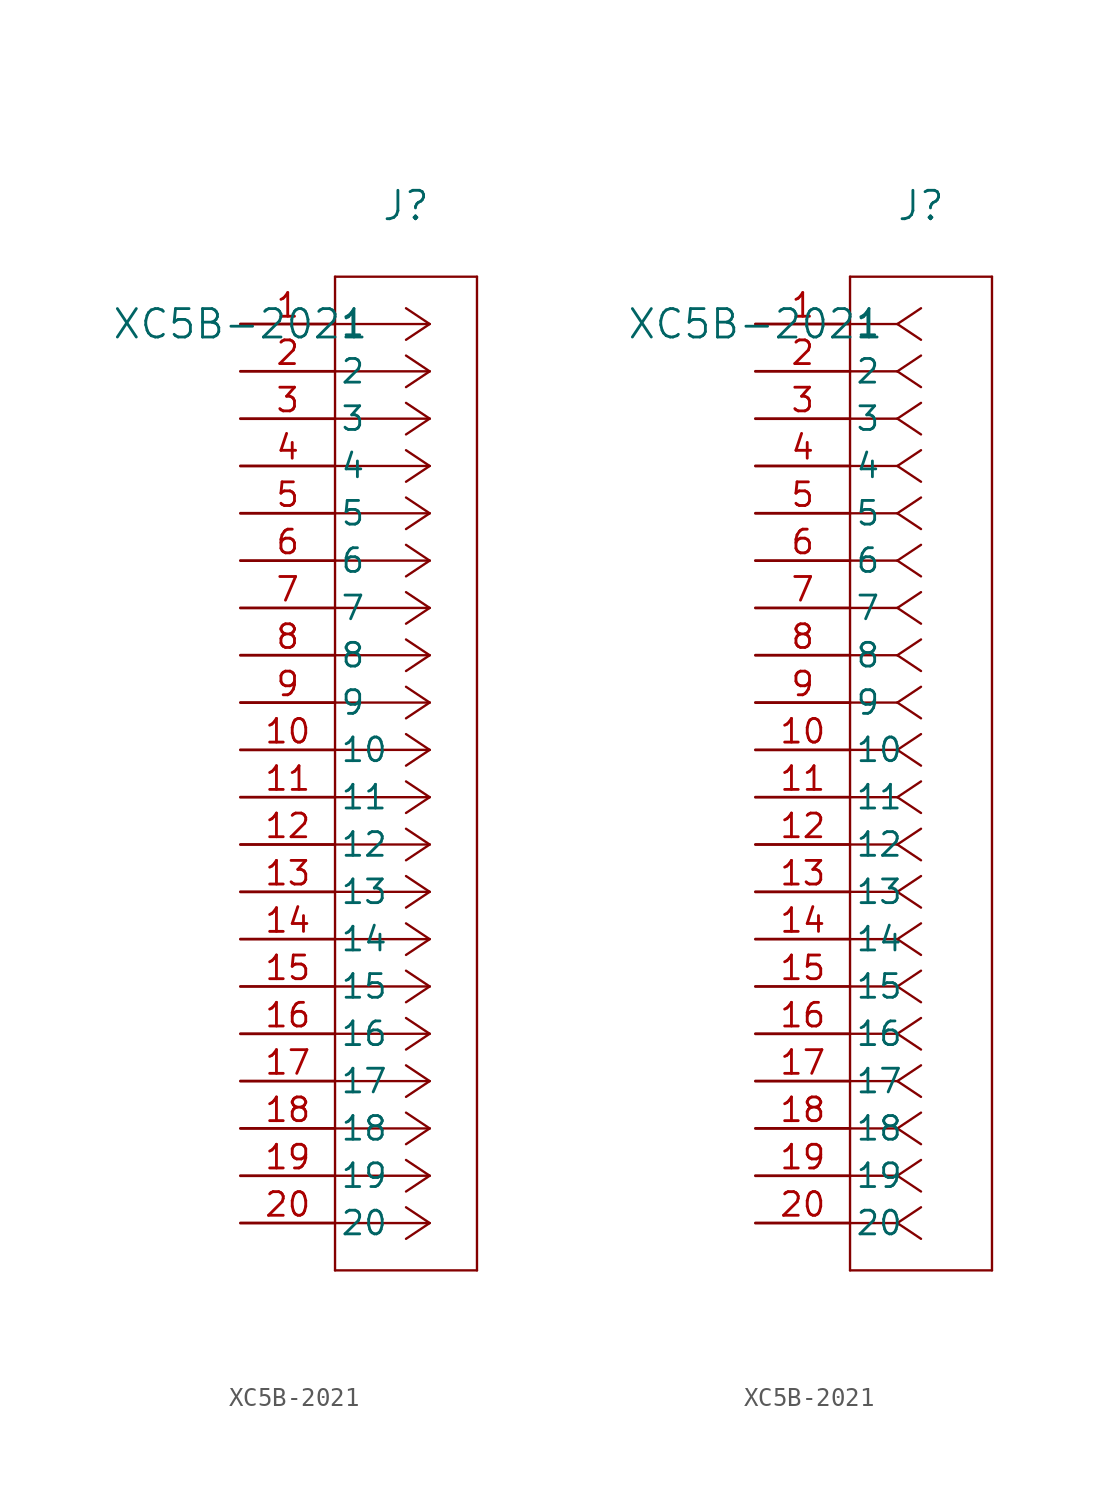
<source format=kicad_sym>
(kicad_symbol_lib
  (version 20211014)
  (generator kicad_symbol_editor)
  (symbol "XC5B-2021"
    (pin_names
      (offset 0.254))
    (property "Reference" "J"
      (at 8.89 6.35 0)
      (effects (font (size 1.524 1.524))))
    (property "Value" "XC5B-2021"
      (at 0 0 0)
      (effects (font (size 1.524 1.524))))
    (symbol "XC5B-2021_1_1"
      (polyline (pts (xy 10.16 0) (xy 5.08 0)) (stroke (width 0.127) (type default) (color 0 0 0 0)) (fill (type none)))
      (polyline (pts (xy 10.16 -2.54) (xy 5.08 -2.54)) (stroke (width 0.127) (type default) (color 0 0 0 0)) (fill (type none)))
      (polyline (pts (xy 10.16 -5.08) (xy 5.08 -5.08)) (stroke (width 0.127) (type default) (color 0 0 0 0)) (fill (type none)))
      (polyline (pts (xy 10.16 -7.62) (xy 5.08 -7.62)) (stroke (width 0.127) (type default) (color 0 0 0 0)) (fill (type none)))
      (polyline (pts (xy 10.16 -10.16) (xy 5.08 -10.16)) (stroke (width 0.127) (type default) (color 0 0 0 0)) (fill (type none)))
      (polyline (pts (xy 10.16 -12.7) (xy 5.08 -12.7)) (stroke (width 0.127) (type default) (color 0 0 0 0)) (fill (type none)))
      (polyline (pts (xy 10.16 -15.24) (xy 5.08 -15.24)) (stroke (width 0.127) (type default) (color 0 0 0 0)) (fill (type none)))
      (polyline (pts (xy 10.16 -17.78) (xy 5.08 -17.78)) (stroke (width 0.127) (type default) (color 0 0 0 0)) (fill (type none)))
      (polyline (pts (xy 10.16 -20.32) (xy 5.08 -20.32)) (stroke (width 0.127) (type default) (color 0 0 0 0)) (fill (type none)))
      (polyline (pts (xy 10.16 -22.86) (xy 5.08 -22.86)) (stroke (width 0.127) (type default) (color 0 0 0 0)) (fill (type none)))
      (polyline (pts (xy 10.16 -25.4) (xy 5.08 -25.4)) (stroke (width 0.127) (type default) (color 0 0 0 0)) (fill (type none)))
      (polyline (pts (xy 10.16 -27.94) (xy 5.08 -27.94)) (stroke (width 0.127) (type default) (color 0 0 0 0)) (fill (type none)))
      (polyline (pts (xy 10.16 -30.48) (xy 5.08 -30.48)) (stroke (width 0.127) (type default) (color 0 0 0 0)) (fill (type none)))
      (polyline (pts (xy 10.16 -33.02) (xy 5.08 -33.02)) (stroke (width 0.127) (type default) (color 0 0 0 0)) (fill (type none)))
      (polyline (pts (xy 10.16 -35.56) (xy 5.08 -35.56)) (stroke (width 0.127) (type default) (color 0 0 0 0)) (fill (type none)))
      (polyline (pts (xy 10.16 -38.1) (xy 5.08 -38.1)) (stroke (width 0.127) (type default) (color 0 0 0 0)) (fill (type none)))
      (polyline (pts (xy 10.16 -40.64) (xy 5.08 -40.64)) (stroke (width 0.127) (type default) (color 0 0 0 0)) (fill (type none)))
      (polyline (pts (xy 10.16 -43.18) (xy 5.08 -43.18)) (stroke (width 0.127) (type default) (color 0 0 0 0)) (fill (type none)))
      (polyline (pts (xy 10.16 -45.72) (xy 5.08 -45.72)) (stroke (width 0.127) (type default) (color 0 0 0 0)) (fill (type none)))
      (polyline (pts (xy 10.16 -48.26) (xy 5.08 -48.26)) (stroke (width 0.127) (type default) (color 0 0 0 0)) (fill (type none)))
      (polyline (pts (xy 10.16 0) (xy 8.89 0.847)) (stroke (width 0.127) (type default) (color 0 0 0 0)) (fill (type none)))
      (polyline (pts (xy 10.16 -2.54) (xy 8.89 -1.693)) (stroke (width 0.127) (type default) (color 0 0 0 0)) (fill (type none)))
      (polyline (pts (xy 10.16 -5.08) (xy 8.89 -4.233)) (stroke (width 0.127) (type default) (color 0 0 0 0)) (fill (type none)))
      (polyline (pts (xy 10.16 -7.62) (xy 8.89 -6.773)) (stroke (width 0.127) (type default) (color 0 0 0 0)) (fill (type none)))
      (polyline (pts (xy 10.16 -10.16) (xy 8.89 -9.313)) (stroke (width 0.127) (type default) (color 0 0 0 0)) (fill (type none)))
      (polyline (pts (xy 10.16 -12.7) (xy 8.89 -11.853)) (stroke (width 0.127) (type default) (color 0 0 0 0)) (fill (type none)))
      (polyline (pts (xy 10.16 -15.24) (xy 8.89 -14.393)) (stroke (width 0.127) (type default) (color 0 0 0 0)) (fill (type none)))
      (polyline (pts (xy 10.16 -17.78) (xy 8.89 -16.933)) (stroke (width 0.127) (type default) (color 0 0 0 0)) (fill (type none)))
      (polyline (pts (xy 10.16 -20.32) (xy 8.89 -19.473)) (stroke (width 0.127) (type default) (color 0 0 0 0)) (fill (type none)))
      (polyline (pts (xy 10.16 -22.86) (xy 8.89 -22.013)) (stroke (width 0.127) (type default) (color 0 0 0 0)) (fill (type none)))
      (polyline (pts (xy 10.16 -25.4) (xy 8.89 -24.553)) (stroke (width 0.127) (type default) (color 0 0 0 0)) (fill (type none)))
      (polyline (pts (xy 10.16 -27.94) (xy 8.89 -27.093)) (stroke (width 0.127) (type default) (color 0 0 0 0)) (fill (type none)))
      (polyline (pts (xy 10.16 -30.48) (xy 8.89 -29.633)) (stroke (width 0.127) (type default) (color 0 0 0 0)) (fill (type none)))
      (polyline (pts (xy 10.16 -33.02) (xy 8.89 -32.173)) (stroke (width 0.127) (type default) (color 0 0 0 0)) (fill (type none)))
      (polyline (pts (xy 10.16 -35.56) (xy 8.89 -34.713)) (stroke (width 0.127) (type default) (color 0 0 0 0)) (fill (type none)))
      (polyline (pts (xy 10.16 -38.1) (xy 8.89 -37.253)) (stroke (width 0.127) (type default) (color 0 0 0 0)) (fill (type none)))
      (polyline (pts (xy 10.16 -40.64) (xy 8.89 -39.793)) (stroke (width 0.127) (type default) (color 0 0 0 0)) (fill (type none)))
      (polyline (pts (xy 10.16 -43.18) (xy 8.89 -42.333)) (stroke (width 0.127) (type default) (color 0 0 0 0)) (fill (type none)))
      (polyline (pts (xy 10.16 -45.72) (xy 8.89 -44.873)) (stroke (width 0.127) (type default) (color 0 0 0 0)) (fill (type none)))
      (polyline (pts (xy 10.16 -48.26) (xy 8.89 -47.413)) (stroke (width 0.127) (type default) (color 0 0 0 0)) (fill (type none)))
      (polyline (pts (xy 10.16 0) (xy 8.89 -0.847)) (stroke (width 0.127) (type default) (color 0 0 0 0)) (fill (type none)))
      (polyline (pts (xy 10.16 -2.54) (xy 8.89 -3.387)) (stroke (width 0.127) (type default) (color 0 0 0 0)) (fill (type none)))
      (polyline (pts (xy 10.16 -5.08) (xy 8.89 -5.927)) (stroke (width 0.127) (type default) (color 0 0 0 0)) (fill (type none)))
      (polyline (pts (xy 10.16 -7.62) (xy 8.89 -8.467)) (stroke (width 0.127) (type default) (color 0 0 0 0)) (fill (type none)))
      (polyline (pts (xy 10.16 -10.16) (xy 8.89 -11.007)) (stroke (width 0.127) (type default) (color 0 0 0 0)) (fill (type none)))
      (polyline (pts (xy 10.16 -12.7) (xy 8.89 -13.547)) (stroke (width 0.127) (type default) (color 0 0 0 0)) (fill (type none)))
      (polyline (pts (xy 10.16 -15.24) (xy 8.89 -16.087)) (stroke (width 0.127) (type default) (color 0 0 0 0)) (fill (type none)))
      (polyline (pts (xy 10.16 -17.78) (xy 8.89 -18.627)) (stroke (width 0.127) (type default) (color 0 0 0 0)) (fill (type none)))
      (polyline (pts (xy 10.16 -20.32) (xy 8.89 -21.167)) (stroke (width 0.127) (type default) (color 0 0 0 0)) (fill (type none)))
      (polyline (pts (xy 10.16 -22.86) (xy 8.89 -23.707)) (stroke (width 0.127) (type default) (color 0 0 0 0)) (fill (type none)))
      (polyline (pts (xy 10.16 -25.4) (xy 8.89 -26.247)) (stroke (width 0.127) (type default) (color 0 0 0 0)) (fill (type none)))
      (polyline (pts (xy 10.16 -27.94) (xy 8.89 -28.787)) (stroke (width 0.127) (type default) (color 0 0 0 0)) (fill (type none)))
      (polyline (pts (xy 10.16 -30.48) (xy 8.89 -31.327)) (stroke (width 0.127) (type default) (color 0 0 0 0)) (fill (type none)))
      (polyline (pts (xy 10.16 -33.02) (xy 8.89 -33.867)) (stroke (width 0.127) (type default) (color 0 0 0 0)) (fill (type none)))
      (polyline (pts (xy 10.16 -35.56) (xy 8.89 -36.407)) (stroke (width 0.127) (type default) (color 0 0 0 0)) (fill (type none)))
      (polyline (pts (xy 10.16 -38.1) (xy 8.89 -38.947)) (stroke (width 0.127) (type default) (color 0 0 0 0)) (fill (type none)))
      (polyline (pts (xy 10.16 -40.64) (xy 8.89 -41.487)) (stroke (width 0.127) (type default) (color 0 0 0 0)) (fill (type none)))
      (polyline (pts (xy 10.16 -43.18) (xy 8.89 -44.027)) (stroke (width 0.127) (type default) (color 0 0 0 0)) (fill (type none)))
      (polyline (pts (xy 10.16 -45.72) (xy 8.89 -46.567)) (stroke (width 0.127) (type default) (color 0 0 0 0)) (fill (type none)))
      (polyline (pts (xy 10.16 -48.26) (xy 8.89 -49.107)) (stroke (width 0.127) (type default) (color 0 0 0 0)) (fill (type none)))
      (polyline (pts (xy 5.08 2.54) (xy 5.08 -50.8)) (stroke (width 0.127) (type default) (color 0 0 0 0)) (fill (type none)))
      (polyline (pts (xy 5.08 -50.8) (xy 12.7 -50.8)) (stroke (width 0.127) (type default) (color 0 0 0 0)) (fill (type none)))
      (polyline (pts (xy 12.7 -50.8) (xy 12.7 2.54)) (stroke (width 0.127) (type default) (color 0 0 0 0)) (fill (type none)))
      (polyline (pts (xy 12.7 2.54) (xy 5.08 2.54)) (stroke (width 0.127) (type default) (color 0 0 0 0)) (fill (type none)))
      (pin unspecified line (at 0 0 0) (length 5.08) (name "1" (effects (font (size 1.27 1.27)))) (number "1" (effects (font (size 1.27 1.27)))))
      (pin unspecified line (at 0 -2.54 0) (length 5.08) (name "2" (effects (font (size 1.27 1.27)))) (number "2" (effects (font (size 1.27 1.27)))))
      (pin unspecified line (at 0 -5.08 0) (length 5.08) (name "3" (effects (font (size 1.27 1.27)))) (number "3" (effects (font (size 1.27 1.27)))))
      (pin unspecified line (at 0 -7.62 0) (length 5.08) (name "4" (effects (font (size 1.27 1.27)))) (number "4" (effects (font (size 1.27 1.27)))))
      (pin unspecified line (at 0 -10.16 0) (length 5.08) (name "5" (effects (font (size 1.27 1.27)))) (number "5" (effects (font (size 1.27 1.27)))))
      (pin unspecified line (at 0 -12.7 0) (length 5.08) (name "6" (effects (font (size 1.27 1.27)))) (number "6" (effects (font (size 1.27 1.27)))))
      (pin unspecified line (at 0 -15.24 0) (length 5.08) (name "7" (effects (font (size 1.27 1.27)))) (number "7" (effects (font (size 1.27 1.27)))))
      (pin unspecified line (at 0 -17.78 0) (length 5.08) (name "8" (effects (font (size 1.27 1.27)))) (number "8" (effects (font (size 1.27 1.27)))))
      (pin unspecified line (at 0 -20.32 0) (length 5.08) (name "9" (effects (font (size 1.27 1.27)))) (number "9" (effects (font (size 1.27 1.27)))))
      (pin unspecified line (at 0 -22.86 0) (length 5.08) (name "10" (effects (font (size 1.27 1.27)))) (number "10" (effects (font (size 1.27 1.27)))))
      (pin unspecified line (at 0 -25.4 0) (length 5.08) (name "11" (effects (font (size 1.27 1.27)))) (number "11" (effects (font (size 1.27 1.27)))))
      (pin unspecified line (at 0 -27.94 0) (length 5.08) (name "12" (effects (font (size 1.27 1.27)))) (number "12" (effects (font (size 1.27 1.27)))))
      (pin unspecified line (at 0 -30.48 0) (length 5.08) (name "13" (effects (font (size 1.27 1.27)))) (number "13" (effects (font (size 1.27 1.27)))))
      (pin unspecified line (at 0 -33.02 0) (length 5.08) (name "14" (effects (font (size 1.27 1.27)))) (number "14" (effects (font (size 1.27 1.27)))))
      (pin unspecified line (at 0 -35.56 0) (length 5.08) (name "15" (effects (font (size 1.27 1.27)))) (number "15" (effects (font (size 1.27 1.27)))))
      (pin unspecified line (at 0 -38.1 0) (length 5.08) (name "16" (effects (font (size 1.27 1.27)))) (number "16" (effects (font (size 1.27 1.27)))))
      (pin unspecified line (at 0 -40.64 0) (length 5.08) (name "17" (effects (font (size 1.27 1.27)))) (number "17" (effects (font (size 1.27 1.27)))))
      (pin unspecified line (at 0 -43.18 0) (length 5.08) (name "18" (effects (font (size 1.27 1.27)))) (number "18" (effects (font (size 1.27 1.27)))))
      (pin unspecified line (at 0 -45.72 0) (length 5.08) (name "19" (effects (font (size 1.27 1.27)))) (number "19" (effects (font (size 1.27 1.27)))))
      (pin unspecified line (at 0 -48.26 0) (length 5.08) (name "20" (effects (font (size 1.27 1.27)))) (number "20" (effects (font (size 1.27 1.27))))))
    (symbol "XC5B-2021_1_2"
      (polyline (pts (xy 7.62 0) (xy 5.08 0)) (stroke (width 0.127) (type default) (color 0 0 0 0)) (fill (type none)))
      (polyline (pts (xy 7.62 -2.54) (xy 5.08 -2.54)) (stroke (width 0.127) (type default) (color 0 0 0 0)) (fill (type none)))
      (polyline (pts (xy 7.62 -5.08) (xy 5.08 -5.08)) (stroke (width 0.127) (type default) (color 0 0 0 0)) (fill (type none)))
      (polyline (pts (xy 7.62 -7.62) (xy 5.08 -7.62)) (stroke (width 0.127) (type default) (color 0 0 0 0)) (fill (type none)))
      (polyline (pts (xy 7.62 -10.16) (xy 5.08 -10.16)) (stroke (width 0.127) (type default) (color 0 0 0 0)) (fill (type none)))
      (polyline (pts (xy 7.62 -12.7) (xy 5.08 -12.7)) (stroke (width 0.127) (type default) (color 0 0 0 0)) (fill (type none)))
      (polyline (pts (xy 7.62 -15.24) (xy 5.08 -15.24)) (stroke (width 0.127) (type default) (color 0 0 0 0)) (fill (type none)))
      (polyline (pts (xy 7.62 -17.78) (xy 5.08 -17.78)) (stroke (width 0.127) (type default) (color 0 0 0 0)) (fill (type none)))
      (polyline (pts (xy 7.62 -20.32) (xy 5.08 -20.32)) (stroke (width 0.127) (type default) (color 0 0 0 0)) (fill (type none)))
      (polyline (pts (xy 7.62 -22.86) (xy 5.08 -22.86)) (stroke (width 0.127) (type default) (color 0 0 0 0)) (fill (type none)))
      (polyline (pts (xy 7.62 -25.4) (xy 5.08 -25.4)) (stroke (width 0.127) (type default) (color 0 0 0 0)) (fill (type none)))
      (polyline (pts (xy 7.62 -27.94) (xy 5.08 -27.94)) (stroke (width 0.127) (type default) (color 0 0 0 0)) (fill (type none)))
      (polyline (pts (xy 7.62 -30.48) (xy 5.08 -30.48)) (stroke (width 0.127) (type default) (color 0 0 0 0)) (fill (type none)))
      (polyline (pts (xy 7.62 -33.02) (xy 5.08 -33.02)) (stroke (width 0.127) (type default) (color 0 0 0 0)) (fill (type none)))
      (polyline (pts (xy 7.62 -35.56) (xy 5.08 -35.56)) (stroke (width 0.127) (type default) (color 0 0 0 0)) (fill (type none)))
      (polyline (pts (xy 7.62 -38.1) (xy 5.08 -38.1)) (stroke (width 0.127) (type default) (color 0 0 0 0)) (fill (type none)))
      (polyline (pts (xy 7.62 -40.64) (xy 5.08 -40.64)) (stroke (width 0.127) (type default) (color 0 0 0 0)) (fill (type none)))
      (polyline (pts (xy 7.62 -43.18) (xy 5.08 -43.18)) (stroke (width 0.127) (type default) (color 0 0 0 0)) (fill (type none)))
      (polyline (pts (xy 7.62 -45.72) (xy 5.08 -45.72)) (stroke (width 0.127) (type default) (color 0 0 0 0)) (fill (type none)))
      (polyline (pts (xy 7.62 -48.26) (xy 5.08 -48.26)) (stroke (width 0.127) (type default) (color 0 0 0 0)) (fill (type none)))
      (polyline (pts (xy 7.62 0) (xy 8.89 0.847)) (stroke (width 0.127) (type default) (color 0 0 0 0)) (fill (type none)))
      (polyline (pts (xy 7.62 -2.54) (xy 8.89 -1.693)) (stroke (width 0.127) (type default) (color 0 0 0 0)) (fill (type none)))
      (polyline (pts (xy 7.62 -5.08) (xy 8.89 -4.233)) (stroke (width 0.127) (type default) (color 0 0 0 0)) (fill (type none)))
      (polyline (pts (xy 7.62 -7.62) (xy 8.89 -6.773)) (stroke (width 0.127) (type default) (color 0 0 0 0)) (fill (type none)))
      (polyline (pts (xy 7.62 -10.16) (xy 8.89 -9.313)) (stroke (width 0.127) (type default) (color 0 0 0 0)) (fill (type none)))
      (polyline (pts (xy 7.62 -12.7) (xy 8.89 -11.853)) (stroke (width 0.127) (type default) (color 0 0 0 0)) (fill (type none)))
      (polyline (pts (xy 7.62 -15.24) (xy 8.89 -14.393)) (stroke (width 0.127) (type default) (color 0 0 0 0)) (fill (type none)))
      (polyline (pts (xy 7.62 -17.78) (xy 8.89 -16.933)) (stroke (width 0.127) (type default) (color 0 0 0 0)) (fill (type none)))
      (polyline (pts (xy 7.62 -20.32) (xy 8.89 -19.473)) (stroke (width 0.127) (type default) (color 0 0 0 0)) (fill (type none)))
      (polyline (pts (xy 7.62 -22.86) (xy 8.89 -22.013)) (stroke (width 0.127) (type default) (color 0 0 0 0)) (fill (type none)))
      (polyline (pts (xy 7.62 -25.4) (xy 8.89 -24.553)) (stroke (width 0.127) (type default) (color 0 0 0 0)) (fill (type none)))
      (polyline (pts (xy 7.62 -27.94) (xy 8.89 -27.093)) (stroke (width 0.127) (type default) (color 0 0 0 0)) (fill (type none)))
      (polyline (pts (xy 7.62 -30.48) (xy 8.89 -29.633)) (stroke (width 0.127) (type default) (color 0 0 0 0)) (fill (type none)))
      (polyline (pts (xy 7.62 -33.02) (xy 8.89 -32.173)) (stroke (width 0.127) (type default) (color 0 0 0 0)) (fill (type none)))
      (polyline (pts (xy 7.62 -35.56) (xy 8.89 -34.713)) (stroke (width 0.127) (type default) (color 0 0 0 0)) (fill (type none)))
      (polyline (pts (xy 7.62 -38.1) (xy 8.89 -37.253)) (stroke (width 0.127) (type default) (color 0 0 0 0)) (fill (type none)))
      (polyline (pts (xy 7.62 -40.64) (xy 8.89 -39.793)) (stroke (width 0.127) (type default) (color 0 0 0 0)) (fill (type none)))
      (polyline (pts (xy 7.62 -43.18) (xy 8.89 -42.333)) (stroke (width 0.127) (type default) (color 0 0 0 0)) (fill (type none)))
      (polyline (pts (xy 7.62 -45.72) (xy 8.89 -44.873)) (stroke (width 0.127) (type default) (color 0 0 0 0)) (fill (type none)))
      (polyline (pts (xy 7.62 -48.26) (xy 8.89 -47.413)) (stroke (width 0.127) (type default) (color 0 0 0 0)) (fill (type none)))
      (polyline (pts (xy 7.62 0) (xy 8.89 -0.847)) (stroke (width 0.127) (type default) (color 0 0 0 0)) (fill (type none)))
      (polyline (pts (xy 7.62 -2.54) (xy 8.89 -3.387)) (stroke (width 0.127) (type default) (color 0 0 0 0)) (fill (type none)))
      (polyline (pts (xy 7.62 -5.08) (xy 8.89 -5.927)) (stroke (width 0.127) (type default) (color 0 0 0 0)) (fill (type none)))
      (polyline (pts (xy 7.62 -7.62) (xy 8.89 -8.467)) (stroke (width 0.127) (type default) (color 0 0 0 0)) (fill (type none)))
      (polyline (pts (xy 7.62 -10.16) (xy 8.89 -11.007)) (stroke (width 0.127) (type default) (color 0 0 0 0)) (fill (type none)))
      (polyline (pts (xy 7.62 -12.7) (xy 8.89 -13.547)) (stroke (width 0.127) (type default) (color 0 0 0 0)) (fill (type none)))
      (polyline (pts (xy 7.62 -15.24) (xy 8.89 -16.087)) (stroke (width 0.127) (type default) (color 0 0 0 0)) (fill (type none)))
      (polyline (pts (xy 7.62 -17.78) (xy 8.89 -18.627)) (stroke (width 0.127) (type default) (color 0 0 0 0)) (fill (type none)))
      (polyline (pts (xy 7.62 -20.32) (xy 8.89 -21.167)) (stroke (width 0.127) (type default) (color 0 0 0 0)) (fill (type none)))
      (polyline (pts (xy 7.62 -22.86) (xy 8.89 -23.707)) (stroke (width 0.127) (type default) (color 0 0 0 0)) (fill (type none)))
      (polyline (pts (xy 7.62 -25.4) (xy 8.89 -26.247)) (stroke (width 0.127) (type default) (color 0 0 0 0)) (fill (type none)))
      (polyline (pts (xy 7.62 -27.94) (xy 8.89 -28.787)) (stroke (width 0.127) (type default) (color 0 0 0 0)) (fill (type none)))
      (polyline (pts (xy 7.62 -30.48) (xy 8.89 -31.327)) (stroke (width 0.127) (type default) (color 0 0 0 0)) (fill (type none)))
      (polyline (pts (xy 7.62 -33.02) (xy 8.89 -33.867)) (stroke (width 0.127) (type default) (color 0 0 0 0)) (fill (type none)))
      (polyline (pts (xy 7.62 -35.56) (xy 8.89 -36.407)) (stroke (width 0.127) (type default) (color 0 0 0 0)) (fill (type none)))
      (polyline (pts (xy 7.62 -38.1) (xy 8.89 -38.947)) (stroke (width 0.127) (type default) (color 0 0 0 0)) (fill (type none)))
      (polyline (pts (xy 7.62 -40.64) (xy 8.89 -41.487)) (stroke (width 0.127) (type default) (color 0 0 0 0)) (fill (type none)))
      (polyline (pts (xy 7.62 -43.18) (xy 8.89 -44.027)) (stroke (width 0.127) (type default) (color 0 0 0 0)) (fill (type none)))
      (polyline (pts (xy 7.62 -45.72) (xy 8.89 -46.567)) (stroke (width 0.127) (type default) (color 0 0 0 0)) (fill (type none)))
      (polyline (pts (xy 7.62 -48.26) (xy 8.89 -49.107)) (stroke (width 0.127) (type default) (color 0 0 0 0)) (fill (type none)))
      (polyline (pts (xy 5.08 2.54) (xy 5.08 -50.8)) (stroke (width 0.127) (type default) (color 0 0 0 0)) (fill (type none)))
      (polyline (pts (xy 5.08 -50.8) (xy 12.7 -50.8)) (stroke (width 0.127) (type default) (color 0 0 0 0)) (fill (type none)))
      (polyline (pts (xy 12.7 -50.8) (xy 12.7 2.54)) (stroke (width 0.127) (type default) (color 0 0 0 0)) (fill (type none)))
      (polyline (pts (xy 12.7 2.54) (xy 5.08 2.54)) (stroke (width 0.127) (type default) (color 0 0 0 0)) (fill (type none)))
      (pin unspecified line (at 0 0 0) (length 5.08) (name "1" (effects (font (size 1.27 1.27)))) (number "1" (effects (font (size 1.27 1.27)))))
      (pin unspecified line (at 0 -2.54 0) (length 5.08) (name "2" (effects (font (size 1.27 1.27)))) (number "2" (effects (font (size 1.27 1.27)))))
      (pin unspecified line (at 0 -5.08 0) (length 5.08) (name "3" (effects (font (size 1.27 1.27)))) (number "3" (effects (font (size 1.27 1.27)))))
      (pin unspecified line (at 0 -7.62 0) (length 5.08) (name "4" (effects (font (size 1.27 1.27)))) (number "4" (effects (font (size 1.27 1.27)))))
      (pin unspecified line (at 0 -10.16 0) (length 5.08) (name "5" (effects (font (size 1.27 1.27)))) (number "5" (effects (font (size 1.27 1.27)))))
      (pin unspecified line (at 0 -12.7 0) (length 5.08) (name "6" (effects (font (size 1.27 1.27)))) (number "6" (effects (font (size 1.27 1.27)))))
      (pin unspecified line (at 0 -15.24 0) (length 5.08) (name "7" (effects (font (size 1.27 1.27)))) (number "7" (effects (font (size 1.27 1.27)))))
      (pin unspecified line (at 0 -17.78 0) (length 5.08) (name "8" (effects (font (size 1.27 1.27)))) (number "8" (effects (font (size 1.27 1.27)))))
      (pin unspecified line (at 0 -20.32 0) (length 5.08) (name "9" (effects (font (size 1.27 1.27)))) (number "9" (effects (font (size 1.27 1.27)))))
      (pin unspecified line (at 0 -22.86 0) (length 5.08) (name "10" (effects (font (size 1.27 1.27)))) (number "10" (effects (font (size 1.27 1.27)))))
      (pin unspecified line (at 0 -25.4 0) (length 5.08) (name "11" (effects (font (size 1.27 1.27)))) (number "11" (effects (font (size 1.27 1.27)))))
      (pin unspecified line (at 0 -27.94 0) (length 5.08) (name "12" (effects (font (size 1.27 1.27)))) (number "12" (effects (font (size 1.27 1.27)))))
      (pin unspecified line (at 0 -30.48 0) (length 5.08) (name "13" (effects (font (size 1.27 1.27)))) (number "13" (effects (font (size 1.27 1.27)))))
      (pin unspecified line (at 0 -33.02 0) (length 5.08) (name "14" (effects (font (size 1.27 1.27)))) (number "14" (effects (font (size 1.27 1.27)))))
      (pin unspecified line (at 0 -35.56 0) (length 5.08) (name "15" (effects (font (size 1.27 1.27)))) (number "15" (effects (font (size 1.27 1.27)))))
      (pin unspecified line (at 0 -38.1 0) (length 5.08) (name "16" (effects (font (size 1.27 1.27)))) (number "16" (effects (font (size 1.27 1.27)))))
      (pin unspecified line (at 0 -40.64 0) (length 5.08) (name "17" (effects (font (size 1.27 1.27)))) (number "17" (effects (font (size 1.27 1.27)))))
      (pin unspecified line (at 0 -43.18 0) (length 5.08) (name "18" (effects (font (size 1.27 1.27)))) (number "18" (effects (font (size 1.27 1.27)))))
      (pin unspecified line (at 0 -45.72 0) (length 5.08) (name "19" (effects (font (size 1.27 1.27)))) (number "19" (effects (font (size 1.27 1.27)))))
      (pin unspecified line (at 0 -48.26 0) (length 5.08) (name "20" (effects (font (size 1.27 1.27)))) (number "20" (effects (font (size 1.27 1.27))))))))
</source>
